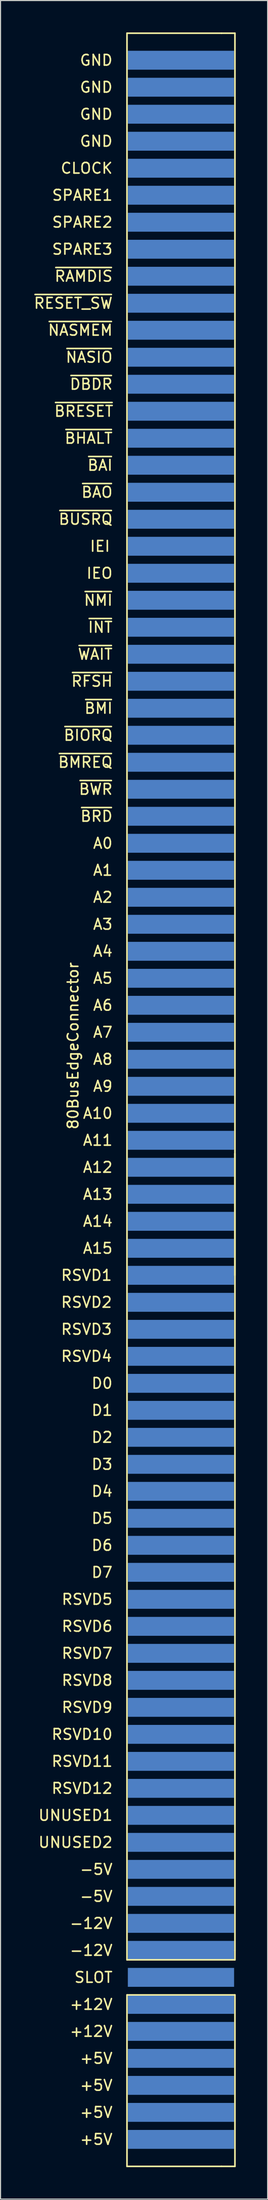
<source format=kicad_pcb>
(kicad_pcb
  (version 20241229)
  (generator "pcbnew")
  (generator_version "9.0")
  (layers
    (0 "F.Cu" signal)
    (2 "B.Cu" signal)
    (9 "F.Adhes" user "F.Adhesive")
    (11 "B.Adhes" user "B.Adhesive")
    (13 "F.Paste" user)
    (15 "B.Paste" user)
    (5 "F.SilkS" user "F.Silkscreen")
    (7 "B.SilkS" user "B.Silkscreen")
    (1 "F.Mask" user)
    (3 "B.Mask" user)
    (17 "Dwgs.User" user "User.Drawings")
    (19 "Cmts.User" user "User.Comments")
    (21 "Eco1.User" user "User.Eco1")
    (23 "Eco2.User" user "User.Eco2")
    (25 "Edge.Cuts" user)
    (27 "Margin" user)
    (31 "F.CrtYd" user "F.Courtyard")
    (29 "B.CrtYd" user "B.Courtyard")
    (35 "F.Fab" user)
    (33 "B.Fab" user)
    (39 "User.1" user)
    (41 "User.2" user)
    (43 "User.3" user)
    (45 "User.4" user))
  (footprint "80BusEdgeConnector"
    (layer "F.Cu")
    (at 12.711 111.835)
    (property "Reference" "80BusEdgeConnector" (at -8.89 -16.51 90) (layer "F.SilkS") (effects (font (size 1 1) (thickness 0.15))))
    (attr through_hole)
    (fp_line (start -3.81 -111.76) (end 5.08 -111.76) (stroke (width 0.15) (type solid)) (layer "F.SilkS"))
    (fp_line (start -3.81 69.469) (end -3.81 -111.76) (stroke (width 0.15) (type solid)) (layer "F.SilkS"))
    (fp_line (start -3.81 69.469) (end 6.35 69.469) (stroke (width 0.15) (type solid)) (layer "F.SilkS"))
    (fp_line (start -3.81 72.771) (end -3.81 88.9) (stroke (width 0.15) (type solid)) (layer "F.SilkS"))
    (fp_line (start -3.81 72.771) (end 6.35 72.771) (stroke (width 0.15) (type solid)) (layer "F.SilkS"))
    (fp_line (start 5.08 -111.76) (end 6.35 -111.76) (stroke (width 0.15) (type solid)) (layer "F.SilkS"))
    (fp_line (start 5.08 88.9) (end -3.81 88.9) (stroke (width 0.15) (type solid)) (layer "F.SilkS"))
    (fp_line (start 5.08 88.9) (end 6.35 88.9) (stroke (width 0.15) (type solid)) (layer "F.SilkS"))
    (fp_line (start 6.35 -111.76) (end 6.35 -46.99) (stroke (width 0.15) (type solid)) (layer "F.SilkS"))
    (fp_line (start 6.35 -6.35) (end 6.35 -46.99) (stroke (width 0.15) (type solid)) (layer "F.SilkS"))
    (fp_line (start 6.35 -6.35) (end 6.35 5.08) (stroke (width 0.15) (type solid)) (layer "F.SilkS"))
    (fp_line (start 6.35 68.58) (end 6.35 -6.35) (stroke (width 0.15) (type solid)) (layer "F.SilkS"))
    (fp_line (start 6.35 69.469) (end 6.35 68.58) (stroke (width 0.15) (type solid)) (layer "F.SilkS"))
    (fp_line (start 6.35 72.771) (end 6.35 88.9) (stroke (width 0.15) (type solid)) (layer "F.SilkS"))
    (fp_text user "~{DBDR}" (at -5.08 -78.74 0) (layer "F.SilkS") (effects (font (size 1 1) (thickness 0.15)) (justify right)))
    (fp_text user "~{RFSH}" (at -5.08 -50.8 0) (layer "F.SilkS") (effects (font (size 1 1) (thickness 0.15)) (justify right)))
    (fp_text user "GND" (at -5.08 -104.14 0) (layer "F.SilkS") (effects (font (size 1 1) (thickness 0.15)) (justify right)))
    (fp_text user "D3" (at -5.08 22.86 0) (layer "F.SilkS") (effects (font (size 1 1) (thickness 0.15)) (justify right)))
    (fp_text user "RSVD9" (at -5.08 45.72 0) (layer "F.SilkS") (effects (font (size 1 1) (thickness 0.15)) (justify right)))
    (fp_text user "D4" (at -5.08 25.4 0) (layer "F.SilkS") (effects (font (size 1 1) (thickness 0.15)) (justify right)))
    (fp_text user "+5V" (at -5.08 83.82 0) (layer "F.SilkS") (effects (font (size 1 1) (thickness 0.15)) (justify right)))
    (fp_text user "IEO" (at -5.08 -60.96 0) (layer "F.SilkS") (effects (font (size 1 1) (thickness 0.15)) (justify right)))
    (fp_text user "+5V" (at -5.08 86.36 0) (layer "F.SilkS") (effects (font (size 1 1) (thickness 0.15)) (justify right)))
    (fp_text user "SPARE3" (at -5.08 -91.44 0) (layer "F.SilkS") (effects (font (size 1 1) (thickness 0.15)) (justify right)))
    (fp_text user "~{BAO}" (at -5.08 -68.58 0) (layer "F.SilkS") (effects (font (size 1 1) (thickness 0.15)) (justify right)))
    (fp_text user "A0" (at -5.08 -35.56 0) (layer "F.SilkS") (effects (font (size 1 1) (thickness 0.15)) (justify right)))
    (fp_text user "~{BIORQ}" (at -5.08 -45.72 0) (layer "F.SilkS") (effects (font (size 1 1) (thickness 0.15)) (justify right)))
    (fp_text user "A7" (at -5.08 -17.78 0) (layer "F.SilkS") (effects (font (size 1 1) (thickness 0.15)) (justify right)))
    (fp_text user "~{BUSRQ}" (at -5.08 -66.04 0) (layer "F.SilkS") (effects (font (size 1 1) (thickness 0.15)) (justify right)))
    (fp_text user "~{RAMDIS}" (at -5.08 -88.9 0) (layer "F.SilkS") (effects (font (size 1 1) (thickness 0.15)) (justify right)))
    (fp_text user "~{WAIT}" (at -5.08 -53.34 0) (layer "F.SilkS") (effects (font (size 1 1) (thickness 0.15)) (justify right)))
    (fp_text user "SPARE2" (at -5.08 -93.98 0) (layer "F.SilkS") (effects (font (size 1 1) (thickness 0.15)) (justify right)))
    (fp_text user "RSVD4" (at -7.62 12.7 0) (layer "F.SilkS") (effects (font (size 1 1) (thickness 0.15))))
    (fp_text user "UNUSED1" (at -5.08 55.88 0) (layer "F.SilkS") (effects (font (size 1 1) (thickness 0.15)) (justify right)))
    (fp_text user "D1" (at -5.08 17.78 0) (layer "F.SilkS") (effects (font (size 1 1) (thickness 0.15)) (justify right)))
    (fp_text user "GND" (at -5.08 -101.6 0) (layer "F.SilkS") (effects (font (size 1 1) (thickness 0.15)) (justify right)))
    (fp_text user "~{NASMEM}" (at -5.08 -83.82 0) (layer "F.SilkS") (effects (font (size 1 1) (thickness 0.15)) (justify right)))
    (fp_text user "A3" (at -5.08 -27.94 0) (layer "F.SilkS") (effects (font (size 1 1) (thickness 0.15)) (justify right)))
    (fp_text user "~{INT}" (at -5.08 -55.88 0) (layer "F.SilkS") (effects (font (size 1 1) (thickness 0.15)) (justify right)))
    (fp_text user "RSVD8" (at -5.08 43.18 0) (layer "F.SilkS") (effects (font (size 1 1) (thickness 0.15)) (justify right)))
    (fp_text user "RSVD5" (at -5.08 35.56 0) (layer "F.SilkS") (effects (font (size 1 1) (thickness 0.15)) (justify right)))
    (fp_text user "IEI" (at -6.35 -63.5 0) (layer "F.SilkS") (effects (font (size 1 1) (thickness 0.15))))
    (fp_text user "D2" (at -5.08 20.32 0) (layer "F.SilkS") (effects (font (size 1 1) (thickness 0.15)) (justify right)))
    (fp_text user "A12" (at -5.08 -5.08 0) (layer "F.SilkS") (effects (font (size 1 1) (thickness 0.15)) (justify right)))
    (fp_text user "-12V" (at -5.08 68.58 0) (layer "F.SilkS") (effects (font (size 1 1) (thickness 0.15)) (justify right)))
    (fp_text user "A4" (at -5.08 -25.4 0) (layer "F.SilkS") (effects (font (size 1 1) (thickness 0.15)) (justify right)))
    (fp_text user "D0" (at -5.08 15.24 0) (layer "F.SilkS") (effects (font (size 1 1) (thickness 0.15)) (justify right)))
    (fp_text user "RSVD3" (at -7.62 10.16 0) (layer "F.SilkS") (effects (font (size 1 1) (thickness 0.15))))
    (fp_text user "SLOT" (at -5.08 71.12 0) (layer "F.SilkS") (effects (font (size 1 1) (thickness 0.15)) (justify right)))
    (fp_text user "~{BMREQ}" (at -5.08 -43.18 0) (layer "F.SilkS") (effects (font (size 1 1) (thickness 0.15)) (justify right)))
    (fp_text user "A10" (at -5.08 -10.16 0) (layer "F.SilkS") (effects (font (size 1 1) (thickness 0.15)) (justify right)))
    (fp_text user "D6" (at -5.08 30.48 0) (layer "F.SilkS") (effects (font (size 1 1) (thickness 0.15)) (justify right)))
    (fp_text user "RSVD10" (at -5.08 48.26 0) (layer "F.SilkS") (effects (font (size 1 1) (thickness 0.15)) (justify right)))
    (fp_text user "GND" (at -5.08 -106.68 0) (layer "F.SilkS") (effects (font (size 1 1) (thickness 0.15)) (justify right)))
    (fp_text user "RSVD7" (at -5.08 40.64 0) (layer "F.SilkS") (effects (font (size 1 1) (thickness 0.15)) (justify right)))
    (fp_text user "-5V" (at -5.08 60.96 0) (layer "F.SilkS") (effects (font (size 1 1) (thickness 0.15)) (justify right)))
    (fp_text user "GND" (at -5.08 -109.22 0) (layer "F.SilkS") (effects (font (size 1 1) (thickness 0.15)) (justify right)))
    (fp_text user "RSVD2" (at -7.62 7.62 0) (layer "F.SilkS") (effects (font (size 1 1) (thickness 0.15))))
    (fp_text user "+12V" (at -5.08 73.66 0) (layer "F.SilkS") (effects (font (size 1 1) (thickness 0.15)) (justify right)))
    (fp_text user "A6" (at -5.08 -20.32 0) (layer "F.SilkS") (effects (font (size 1 1) (thickness 0.15)) (justify right)))
    (fp_text user "RSVD6" (at -5.08 38.1 0) (layer "F.SilkS") (effects (font (size 1 1) (thickness 0.15)) (justify right)))
    (fp_text user "A8" (at -5.08 -15.24 0) (layer "F.SilkS") (effects (font (size 1 1) (thickness 0.15)) (justify right)))
    (fp_text user "~{BHALT}" (at -5.08 -73.66 0) (layer "F.SilkS") (effects (font (size 1 1) (thickness 0.15)) (justify right)))
    (fp_text user "RSVD1" (at -7.62 5.08 0) (layer "F.SilkS") (effects (font (size 1 1) (thickness 0.15))))
    (fp_text user "UNUSED2" (at -5.08 58.42 0) (layer "F.SilkS") (effects (font (size 1 1) (thickness 0.15)) (justify right)))
    (fp_text user "A1" (at -5.08 -33.02 0) (layer "F.SilkS") (effects (font (size 1 1) (thickness 0.15)) (justify right)))
    (fp_text user "A15" (at -5.08 2.54 0) (layer "F.SilkS") (effects (font (size 1 1) (thickness 0.15)) (justify right)))
    (fp_text user "D5" (at -5.08 27.94 0) (layer "F.SilkS") (effects (font (size 1 1) (thickness 0.15)) (justify right)))
    (fp_text user "RSVD12" (at -5.08 53.34 0) (layer "F.SilkS") (effects (font (size 1 1) (thickness 0.15)) (justify right)))
    (fp_text user "-5V" (at -5.08 63.5 0) (layer "F.SilkS") (effects (font (size 1 1) (thickness 0.15)) (justify right)))
    (fp_text user "+5V" (at -5.08 81.28 0) (layer "F.SilkS") (effects (font (size 1 1) (thickness 0.15)) (justify right)))
    (fp_text user "SPARE1" (at -5.08 -96.52 0) (layer "F.SilkS") (effects (font (size 1 1) (thickness 0.15)) (justify right)))
    (fp_text user "~{NMI}" (at -5.08 -58.42 0) (layer "F.SilkS") (effects (font (size 1 1) (thickness 0.15)) (justify right)))
    (fp_text user "A5" (at -5.08 -22.86 0) (layer "F.SilkS") (effects (font (size 1 1) (thickness 0.15)) (justify right)))
    (fp_text user "~{BWR}" (at -5.08 -40.64 0) (layer "F.SilkS") (effects (font (size 1 1) (thickness 0.15)) (justify right)))
    (fp_text user "CLOCK" (at -5.08 -99.06 0) (layer "F.SilkS") (effects (font (size 1 1) (thickness 0.15)) (justify right)))
    (fp_text user "+12V" (at -5.08 76.2 0) (layer "F.SilkS") (effects (font (size 1 1) (thickness 0.15)) (justify right)))
    (fp_text user "~{BAI}" (at -5.08 -71.12 0) (layer "F.SilkS") (effects (font (size 1 1) (thickness 0.15)) (justify right)))
    (fp_text user "A9" (at -5.08 -12.7 0) (layer "F.SilkS") (effects (font (size 1 1) (thickness 0.15)) (justify right)))
    (fp_text user "+5V" (at -5.08 78.74 0) (layer "F.SilkS") (effects (font (size 1 1) (thickness 0.15)) (justify right)))
    (fp_text user "A2" (at -5.08 -30.48 0) (layer "F.SilkS") (effects (font (size 1 1) (thickness 0.15)) (justify right)))
    (fp_text user "~{RESET_SW}" (at -5.08 -86.36 0) (layer "F.SilkS") (effects (font (size 1 1) (thickness 0.15)) (justify right)))
    (fp_text user "RSVD11" (at -5.08 50.8 0) (layer "F.SilkS") (effects (font (size 1 1) (thickness 0.15)) (justify right)))
    (fp_text user "D7" (at -5.08 33.02 0) (layer "F.SilkS") (effects (font (size 1 1) (thickness 0.15)) (justify right)))
    (fp_text user "~{BMI}" (at -5.08 -48.26 0) (layer "F.SilkS") (effects (font (size 1 1) (thickness 0.15)) (justify right)))
    (fp_text user "A13" (at -5.08 -2.54 0) (layer "F.SilkS") (effects (font (size 1 1) (thickness 0.15)) (justify right)))
    (fp_text user "~{NASIO}" (at -5.08 -81.28 0) (layer "F.SilkS") (effects (font (size 1 1) (thickness 0.15)) (justify right)))
    (fp_text user "A14" (at -5.08 0 0) (layer "F.SilkS") (effects (font (size 1 1) (thickness 0.15)) (justify right)))
    (fp_text user "~{BRESET}" (at -7.874 -76.2 0) (layer "F.SilkS") (effects (font (size 1 1) (thickness 0.15))))
    (fp_text user "-12V" (at -5.08 66.04 0) (layer "F.SilkS") (effects (font (size 1 1) (thickness 0.15)) (justify right)))
    (fp_text user "~{BRD}" (at -5.08 -38.1 0) (layer "F.SilkS") (effects (font (size 1 1) (thickness 0.15)) (justify right)))
    (fp_text user "A11" (at -5.08 -7.62 0) (layer "F.SilkS") (effects (font (size 1 1) (thickness 0.15)) (justify right)))
    (pad "1" connect rect (at 1.27 -109.22 90) (size 1.778 10) (layers "B.Cu" "B.Mask"))
    (pad "2" connect rect (at 1.27 -106.68 90) (size 1.778 10) (layers "B.Cu" "B.Mask"))
    (pad "3" connect rect (at 1.27 -104.14 90) (size 1.778 10) (layers "B.Cu" "B.Mask"))
    (pad "4" connect rect (at 1.27 -101.6 90) (size 1.778 10) (layers "B.Cu" "B.Mask"))
    (pad "5" connect rect (at 1.27 -99.06 90) (size 1.778 10) (layers "B.Cu" "B.Mask"))
    (pad "6" connect rect (at 1.27 -96.52 90) (size 1.778 10) (layers "B.Cu" "B.Mask"))
    (pad "7" connect rect (at 1.27 -93.98 90) (size 1.778 10) (layers "B.Cu" "B.Mask"))
    (pad "8" connect rect (at 1.27 -91.44 90) (size 1.778 10) (layers "B.Cu" "B.Mask"))
    (pad "9" connect rect (at 1.27 -88.9 90) (size 1.778 10) (layers "B.Cu" "B.Mask"))
    (pad "10" connect rect (at 1.27 -86.36 90) (size 1.778 10) (layers "B.Cu" "B.Mask"))
    (pad "11" connect rect (at 1.27 -83.82 90) (size 1.778 10) (layers "B.Cu" "B.Mask"))
    (pad "12" connect rect (at 1.27 -81.28 90) (size 1.778 10) (layers "B.Cu" "B.Mask"))
    (pad "13" connect rect (at 1.27 -78.74 90) (size 1.778 10) (layers "B.Cu" "B.Mask"))
    (pad "14" connect rect (at 1.27 -76.2 90) (size 1.778 10) (layers "B.Cu" "B.Mask"))
    (pad "15" connect rect (at 1.27 -73.66 90) (size 1.778 10) (layers "B.Cu" "B.Mask"))
    (pad "16" connect rect (at 1.27 -71.12 90) (size 1.778 10) (layers "B.Cu" "B.Mask"))
    (pad "17" connect rect (at 1.27 -68.58 90) (size 1.778 10) (layers "B.Cu" "B.Mask"))
    (pad "18" connect rect (at 1.27 -66.04 90) (size 1.778 10) (layers "B.Cu" "B.Mask"))
    (pad "19" connect rect (at 1.27 -63.5 90) (size 1.778 10) (layers "B.Cu" "B.Mask"))
    (pad "20" connect rect (at 1.27 -60.96 90) (size 1.778 10) (layers "B.Cu" "B.Mask"))
    (pad "21" connect rect (at 1.27 -58.42 90) (size 1.778 10) (layers "B.Cu" "B.Mask"))
    (pad "22" connect rect (at 1.27 -55.88 90) (size 1.778 10) (layers "B.Cu" "B.Mask"))
    (pad "23" connect rect (at 1.27 -53.34 90) (size 1.778 10) (layers "B.Cu" "B.Mask"))
    (pad "24" connect rect (at 1.27 -50.8 90) (size 1.778 10) (layers "B.Cu" "B.Mask"))
    (pad "25" connect rect (at 1.27 -48.26 90) (size 1.778 10) (layers "B.Cu" "B.Mask"))
    (pad "26" connect rect (at 1.27 -45.72 90) (size 1.778 10) (layers "B.Cu" "B.Mask"))
    (pad "27" connect rect (at 1.27 -43.18 90) (size 1.778 10) (layers "B.Cu" "B.Mask"))
    (pad "28" connect rect (at 1.27 -40.64 90) (size 1.778 10) (layers "B.Cu" "B.Mask"))
    (pad "29" connect rect (at 1.27 -38.1 90) (size 1.778 10) (layers "B.Cu" "B.Mask"))
    (pad "30" connect rect (at 1.27 -35.56 90) (size 1.778 10) (layers "B.Cu" "B.Mask"))
    (pad "31" connect rect (at 1.27 -33.02 90) (size 1.778 10) (layers "B.Cu" "B.Mask"))
    (pad "32" connect rect (at 1.27 -30.48 90) (size 1.778 10) (layers "B.Cu" "B.Mask"))
    (pad "33" connect rect (at 1.27 -27.94 90) (size 1.778 10) (layers "B.Cu" "B.Mask"))
    (pad "34" connect rect (at 1.27 -25.4 90) (size 1.778 10) (layers "B.Cu" "B.Mask"))
    (pad "35" connect rect (at 1.27 -22.86 90) (size 1.778 10) (layers "B.Cu" "B.Mask"))
    (pad "36" connect rect (at 1.27 -20.32 90) (size 1.778 10) (layers "B.Cu" "B.Mask"))
    (pad "37" connect rect (at 1.27 -17.78 90) (size 1.778 10) (layers "B.Cu" "B.Mask"))
    (pad "38" connect rect (at 1.27 -15.24 90) (size 1.778 10) (layers "B.Cu" "B.Mask"))
    (pad "39" connect rect (at 1.27 -12.7 90) (size 1.778 10) (layers "B.Cu" "B.Mask"))
    (pad "40" connect rect (at 1.27 -10.16 90) (size 1.778 10) (layers "B.Cu" "B.Mask"))
    (pad "41" connect rect (at 1.27 -7.62 90) (size 1.778 10) (layers "B.Cu" "B.Mask"))
    (pad "42" connect rect (at 1.27 -5.08 90) (size 1.778 10) (layers "B.Cu" "B.Mask"))
    (pad "43" connect rect (at 1.27 -2.54 90) (size 1.778 10) (layers "B.Cu" "B.Mask"))
    (pad "44" connect rect (at 1.27 0 90) (size 1.778 10) (layers "B.Cu" "B.Mask"))
    (pad "45" connect rect (at 1.27 2.54 90) (size 1.778 10) (layers "B.Cu" "B.Mask"))
    (pad "46" connect rect (at 1.27 5.08 90) (size 1.778 10) (layers "B.Cu" "B.Mask"))
    (pad "47" connect rect (at 1.27 7.62 90) (size 1.778 10) (layers "B.Cu" "B.Mask"))
    (pad "48" connect rect (at 1.27 10.16 90) (size 1.778 10) (layers "B.Cu" "B.Mask"))
    (pad "49" connect rect (at 1.27 12.7 90) (size 1.778 10) (layers "B.Cu" "B.Mask"))
    (pad "50" connect rect (at 1.27 15.24 90) (size 1.778 10) (layers "B.Cu" "B.Mask"))
    (pad "51" connect rect (at 1.27 17.78 90) (size 1.778 10) (layers "B.Cu" "B.Mask"))
    (pad "52" connect rect (at 1.27 20.32 90) (size 1.778 10) (layers "B.Cu" "B.Mask"))
    (pad "53" connect rect (at 1.27 22.86 90) (size 1.778 10) (layers "B.Cu" "B.Mask"))
    (pad "54" connect rect (at 1.27 25.4 90) (size 1.778 10) (layers "B.Cu" "B.Mask"))
    (pad "55" connect rect (at 1.27 27.94 90) (size 1.778 10) (layers "B.Cu" "B.Mask"))
    (pad "56" connect rect (at 1.27 30.48 90) (size 1.778 10) (layers "B.Cu" "B.Mask"))
    (pad "57" connect rect (at 1.27 33.02 90) (size 1.778 10) (layers "B.Cu" "B.Mask"))
    (pad "58" connect rect (at 1.27 35.56 90) (size 1.778 10) (layers "B.Cu" "B.Mask"))
    (pad "59" connect rect (at 1.27 38.1 90) (size 1.778 10) (layers "B.Cu" "B.Mask"))
    (pad "60" connect rect (at 1.27 40.64 90) (size 1.778 10) (layers "B.Cu" "B.Mask"))
    (pad "61" connect rect (at 1.27 43.18 90) (size 1.778 10) (layers "B.Cu" "B.Mask"))
    (pad "62" connect rect (at 1.27 45.72 90) (size 1.778 10) (layers "B.Cu" "B.Mask"))
    (pad "63" connect rect (at 1.27 48.26 90) (size 1.778 10) (layers "B.Cu" "B.Mask"))
    (pad "64" connect rect (at 1.27 50.8 90) (size 1.778 10) (layers "B.Cu" "B.Mask"))
    (pad "65" connect rect (at 1.27 53.34 90) (size 1.778 10) (layers "B.Cu" "B.Mask"))
    (pad "66" connect rect (at 1.27 55.88 90) (size 1.778 10) (layers "B.Cu" "B.Mask"))
    (pad "67" connect rect (at 1.27 58.42 90) (size 1.778 10) (layers "B.Cu" "B.Mask"))
    (pad "68" connect rect (at 1.27 60.96 90) (size 1.778 10) (layers "B.Cu" "B.Mask"))
    (pad "69" connect rect (at 1.27 63.5 90) (size 1.778 10) (layers "B.Cu" "B.Mask"))
    (pad "70" connect rect (at 1.27 66.04 90) (size 1.778 10) (layers "B.Cu" "B.Mask"))
    (pad "71" connect rect (at 1.27 68.58 90) (size 1.778 10) (layers "B.Cu" "B.Mask"))
    (pad "72" connect rect (at 1.27 71.12 90) (size 1.778 10) (layers "B.Cu" "B.Mask"))
    (pad "73" connect rect (at 1.27 73.66 90) (size 1.778 10) (layers "B.Cu" "B.Mask"))
    (pad "74" connect rect (at 1.27 76.2 90) (size 1.778 10) (layers "B.Cu" "B.Mask"))
    (pad "75" connect rect (at 1.27 78.74 90) (size 1.778 10) (layers "B.Cu" "B.Mask"))
    (pad "76" connect rect (at 1.27 81.28 90) (size 1.778 10) (layers "B.Cu" "B.Mask"))
    (pad "77" connect rect (at 1.27 83.82 90) (size 1.778 10) (layers "B.Cu" "B.Mask"))
    (pad "78" connect rect (at 1.27 86.36 90) (size 1.778 10) (layers "B.Cu" "B.Mask")))
  (gr_rect
    (start -3 -3)
    (end 22.136 203.81)
    (stroke (width 0.1) (type default))
    (fill no)
    (layer "Edge.Cuts")))
</source>
